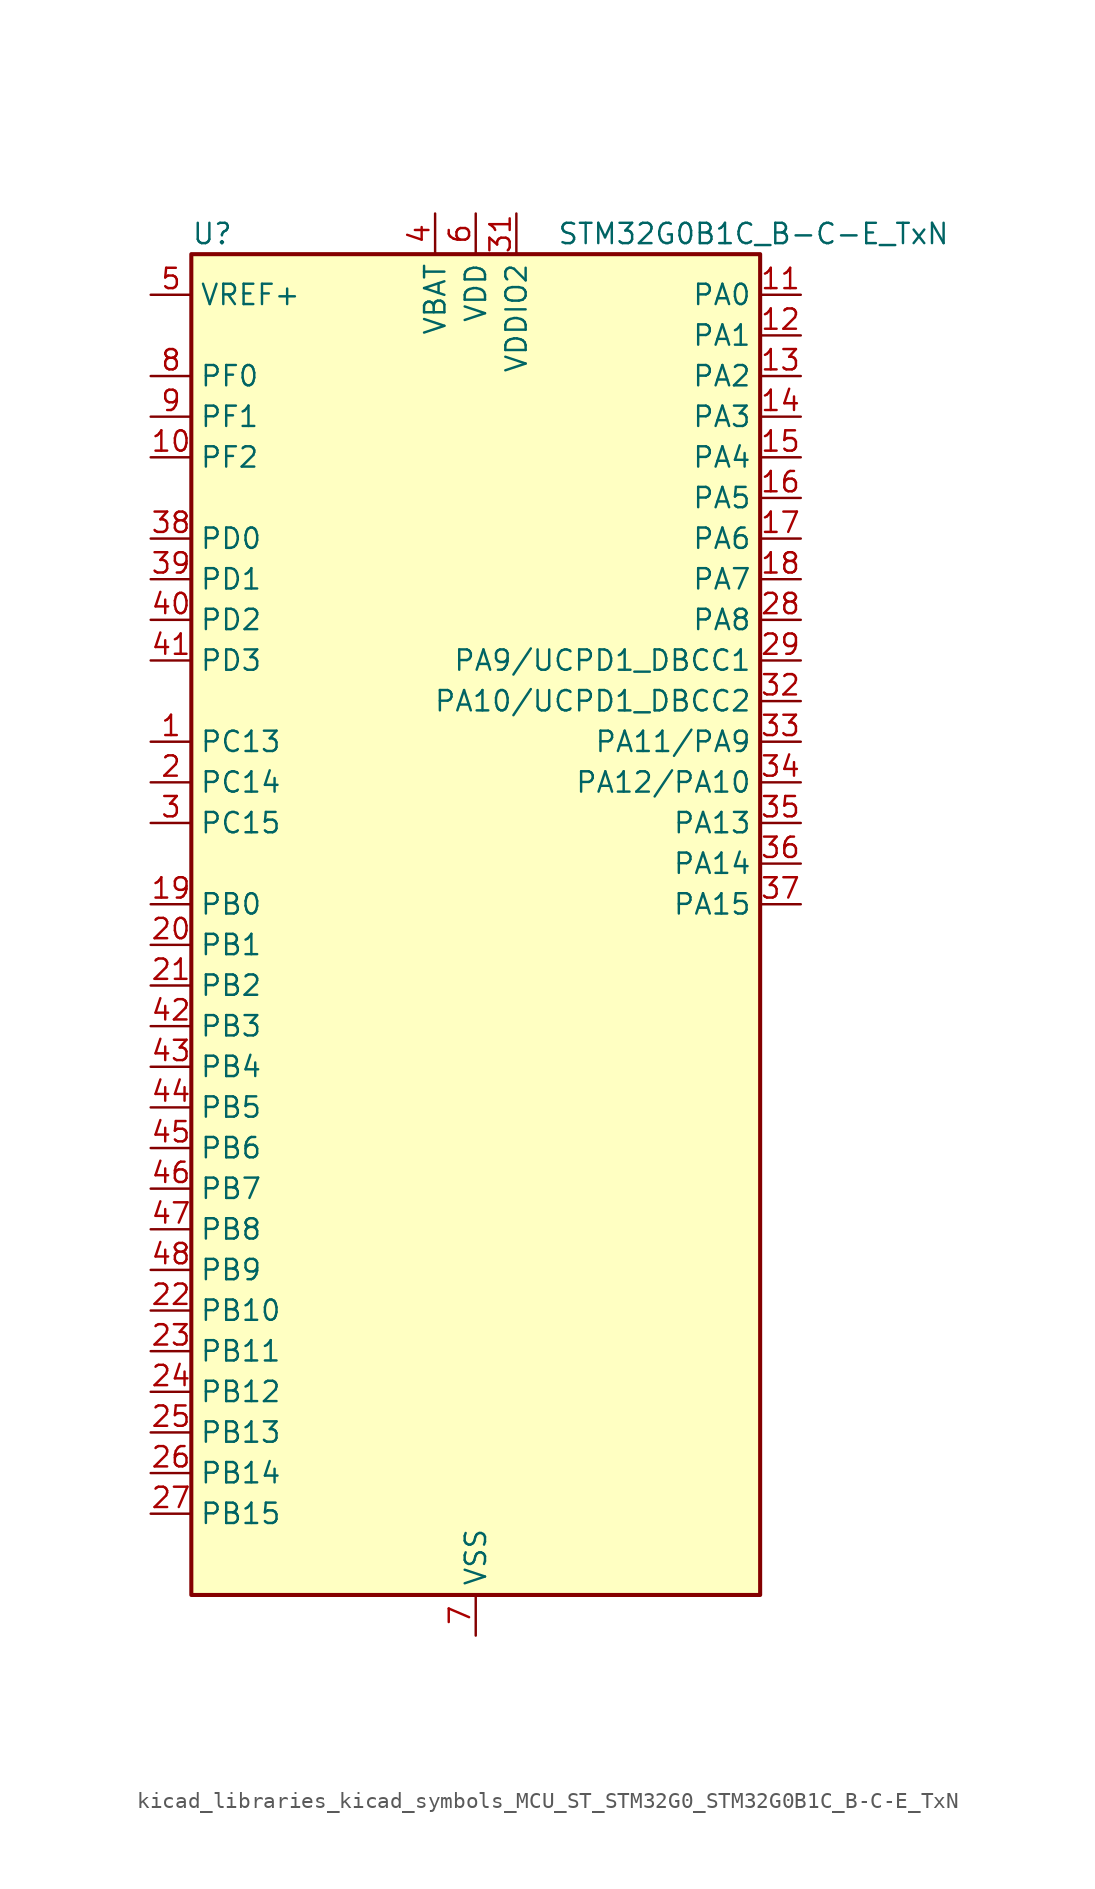
<source format=kicad_sym>
(kicad_symbol_lib
  (version 20220914)
  (generator kicad_symbol_editor)
  (symbol "kicad_libraries_kicad_symbols_MCU_ST_STM32G0_STM32G0B1C_B-C-E_TxN"
    (property "Reference" "U"
      (at -17.78 44.45 0)
      (effects (font (size 1.27 1.27)) (justify left)))
    (property "Value" "STM32G0B1C_B-C-E_TxN"
      (at 5.08 44.45 0)
      (effects (font (size 1.27 1.27)) (justify left)))
    (property "ki_locked" ""
      (at 0 0 0)
      (effects (font (size 1.27 1.27))))
    (symbol "kicad_libraries_kicad_symbols_MCU_ST_STM32G0_STM32G0B1C_B-C-E_TxN_0_1"
      (rectangle (start -17.78 -40.64) (end 17.78 43.18) (stroke (width 0.254) (type default)) (fill (type background))))
    (symbol "kicad_libraries_kicad_symbols_MCU_ST_STM32G0_STM32G0B1C_B-C-E_TxN_1_1"
      (pin bidirectional line (at -20.32 12.7 0) (length 2.54) (name "PC13" (effects (font (size 1.27 1.27)))) (number "1" (effects (font (size 1.27 1.27)))) (alternate "RTC_OUT1" bidirectional line) (alternate "RTC_TAMP_IN1" bidirectional line) (alternate "RTC_TS" bidirectional line) (alternate "SYS_WKUP2" bidirectional line) (alternate "TIM1_BK" bidirectional line))
      (pin bidirectional line (at -20.32 30.48 0) (length 2.54) (name "PF2" (effects (font (size 1.27 1.27)))) (number "10" (effects (font (size 1.27 1.27)))) (alternate "LPUART2_DE" bidirectional line) (alternate "LPUART2_RTS" bidirectional line) (alternate "LPUART2_TX" bidirectional line) (alternate "RCC_MCO" bidirectional line))
      (pin bidirectional line (at 20.32 40.64 180) (length 2.54) (name "PA0" (effects (font (size 1.27 1.27)))) (number "11" (effects (font (size 1.27 1.27)))) (alternate "ADC1_IN0" bidirectional line) (alternate "COMP1_INM" bidirectional line) (alternate "COMP1_OUT" bidirectional line) (alternate "I2S2_CK" bidirectional line) (alternate "LPTIM1_OUT" bidirectional line) (alternate "RTC_TAMP_IN2" bidirectional line) (alternate "SPI2_SCK" bidirectional line) (alternate "SYS_WKUP1" bidirectional line) (alternate "TIM2_CH1" bidirectional line) (alternate "TIM2_ETR" bidirectional line) (alternate "UCPD2_FRSTX1" bidirectional line) (alternate "UCPD2_FRSTX2" bidirectional line) (alternate "USART2_CTS" bidirectional line) (alternate "USART2_NSS" bidirectional line) (alternate "USART4_TX" bidirectional line))
      (pin bidirectional line (at 20.32 38.1 180) (length 2.54) (name "PA1" (effects (font (size 1.27 1.27)))) (number "12" (effects (font (size 1.27 1.27)))) (alternate "ADC1_IN1" bidirectional line) (alternate "COMP1_INP" bidirectional line) (alternate "I2C1_SMBA" bidirectional line) (alternate "I2S1_CK" bidirectional line) (alternate "SPI1_SCK" bidirectional line) (alternate "TIM15_CH1N" bidirectional line) (alternate "TIM2_CH2" bidirectional line) (alternate "USART2_CK" bidirectional line) (alternate "USART2_DE" bidirectional line) (alternate "USART2_RTS" bidirectional line) (alternate "USART4_RX" bidirectional line))
      (pin bidirectional line (at 20.32 35.56 180) (length 2.54) (name "PA2" (effects (font (size 1.27 1.27)))) (number "13" (effects (font (size 1.27 1.27)))) (alternate "ADC1_IN2" bidirectional line) (alternate "COMP2_INM" bidirectional line) (alternate "COMP2_OUT" bidirectional line) (alternate "I2S1_SD" bidirectional line) (alternate "LPUART1_TX" bidirectional line) (alternate "RCC_LSCO" bidirectional line) (alternate "SPI1_MOSI" bidirectional line) (alternate "SYS_WKUP4" bidirectional line) (alternate "TIM15_CH1" bidirectional line) (alternate "TIM2_CH3" bidirectional line) (alternate "UCPD1_FRSTX1" bidirectional line) (alternate "UCPD1_FRSTX2" bidirectional line) (alternate "USART2_TX" bidirectional line))
      (pin bidirectional line (at 20.32 33.02 180) (length 2.54) (name "PA3" (effects (font (size 1.27 1.27)))) (number "14" (effects (font (size 1.27 1.27)))) (alternate "ADC1_IN3" bidirectional line) (alternate "COMP2_INP" bidirectional line) (alternate "I2S2_MCK" bidirectional line) (alternate "LPUART1_RX" bidirectional line) (alternate "SPI2_MISO" bidirectional line) (alternate "TIM15_CH2" bidirectional line) (alternate "TIM2_CH4" bidirectional line) (alternate "UCPD2_FRSTX1" bidirectional line) (alternate "UCPD2_FRSTX2" bidirectional line) (alternate "USART2_RX" bidirectional line))
      (pin bidirectional line (at 20.32 30.48 180) (length 2.54) (name "PA4" (effects (font (size 1.27 1.27)))) (number "15" (effects (font (size 1.27 1.27)))) (alternate "ADC1_IN4" bidirectional line) (alternate "DAC1_OUT1" bidirectional line) (alternate "I2S1_WS" bidirectional line) (alternate "I2S2_SD" bidirectional line) (alternate "LPTIM2_OUT" bidirectional line) (alternate "RTC_OUT2" bidirectional line) (alternate "SPI1_NSS" bidirectional line) (alternate "SPI2_MOSI" bidirectional line) (alternate "SPI3_NSS" bidirectional line) (alternate "TIM14_CH1" bidirectional line) (alternate "UCPD2_FRSTX1" bidirectional line) (alternate "UCPD2_FRSTX2" bidirectional line) (alternate "USART6_TX" bidirectional line) (alternate "USB_NOE" bidirectional line))
      (pin bidirectional line (at 20.32 27.94 180) (length 2.54) (name "PA5" (effects (font (size 1.27 1.27)))) (number "16" (effects (font (size 1.27 1.27)))) (alternate "ADC1_IN5" bidirectional line) (alternate "CEC" bidirectional line) (alternate "DAC1_OUT2" bidirectional line) (alternate "I2S1_CK" bidirectional line) (alternate "LPTIM2_ETR" bidirectional line) (alternate "SPI1_SCK" bidirectional line) (alternate "TIM2_CH1" bidirectional line) (alternate "TIM2_ETR" bidirectional line) (alternate "UCPD1_FRSTX1" bidirectional line) (alternate "UCPD1_FRSTX2" bidirectional line) (alternate "USART3_TX" bidirectional line) (alternate "USART6_RX" bidirectional line))
      (pin bidirectional line (at 20.32 25.4 180) (length 2.54) (name "PA6" (effects (font (size 1.27 1.27)))) (number "17" (effects (font (size 1.27 1.27)))) (alternate "ADC1_IN6" bidirectional line) (alternate "COMP1_OUT" bidirectional line) (alternate "I2C2_SDA" bidirectional line) (alternate "I2C3_SDA" bidirectional line) (alternate "I2S1_MCK" bidirectional line) (alternate "LPUART1_CTS" bidirectional line) (alternate "SPI1_MISO" bidirectional line) (alternate "TIM16_CH1" bidirectional line) (alternate "TIM1_BK" bidirectional line) (alternate "TIM3_CH1" bidirectional line) (alternate "USART3_CTS" bidirectional line) (alternate "USART3_NSS" bidirectional line) (alternate "USART6_CTS" bidirectional line) (alternate "USART6_NSS" bidirectional line))
      (pin bidirectional line (at 20.32 22.86 180) (length 2.54) (name "PA7" (effects (font (size 1.27 1.27)))) (number "18" (effects (font (size 1.27 1.27)))) (alternate "ADC1_IN7" bidirectional line) (alternate "COMP2_OUT" bidirectional line) (alternate "I2C2_SCL" bidirectional line) (alternate "I2C3_SCL" bidirectional line) (alternate "I2S1_SD" bidirectional line) (alternate "SPI1_MOSI" bidirectional line) (alternate "TIM14_CH1" bidirectional line) (alternate "TIM17_CH1" bidirectional line) (alternate "TIM1_CH1N" bidirectional line) (alternate "TIM3_CH2" bidirectional line) (alternate "UCPD1_FRSTX1" bidirectional line) (alternate "UCPD1_FRSTX2" bidirectional line) (alternate "USART6_CK" bidirectional line) (alternate "USART6_DE" bidirectional line) (alternate "USART6_RTS" bidirectional line))
      (pin bidirectional line (at -20.32 2.54 0) (length 2.54) (name "PB0" (effects (font (size 1.27 1.27)))) (number "19" (effects (font (size 1.27 1.27)))) (alternate "ADC1_IN8" bidirectional line) (alternate "COMP1_OUT" bidirectional line) (alternate "COMP3_INP" bidirectional line) (alternate "FDCAN2_RX" bidirectional line) (alternate "I2S1_WS" bidirectional line) (alternate "LPTIM1_OUT" bidirectional line) (alternate "LPUART2_CTS" bidirectional line) (alternate "SPI1_NSS" bidirectional line) (alternate "TIM1_CH2N" bidirectional line) (alternate "TIM3_CH3" bidirectional line) (alternate "UCPD1_FRSTX1" bidirectional line) (alternate "UCPD1_FRSTX2" bidirectional line) (alternate "USART3_RX" bidirectional line) (alternate "USART5_TX" bidirectional line))
      (pin bidirectional line (at -20.32 10.16 0) (length 2.54) (name "PC14" (effects (font (size 1.27 1.27)))) (number "2" (effects (font (size 1.27 1.27)))) (alternate "RCC_OSC32_IN" bidirectional line) (alternate "TIM1_BK2" bidirectional line))
      (pin bidirectional line (at -20.32 0 0) (length 2.54) (name "PB1" (effects (font (size 1.27 1.27)))) (number "20" (effects (font (size 1.27 1.27)))) (alternate "ADC1_IN9" bidirectional line) (alternate "COMP1_INM" bidirectional line) (alternate "COMP3_OUT" bidirectional line) (alternate "FDCAN2_TX" bidirectional line) (alternate "LPTIM2_IN1" bidirectional line) (alternate "LPUART1_DE" bidirectional line) (alternate "LPUART1_RTS" bidirectional line) (alternate "LPUART2_DE" bidirectional line) (alternate "LPUART2_RTS" bidirectional line) (alternate "TIM14_CH1" bidirectional line) (alternate "TIM1_CH3N" bidirectional line) (alternate "TIM3_CH4" bidirectional line) (alternate "USART3_CK" bidirectional line) (alternate "USART3_DE" bidirectional line) (alternate "USART3_RTS" bidirectional line) (alternate "USART5_RX" bidirectional line))
      (pin bidirectional line (at -20.32 -2.54 0) (length 2.54) (name "PB2" (effects (font (size 1.27 1.27)))) (number "21" (effects (font (size 1.27 1.27)))) (alternate "ADC1_IN10" bidirectional line) (alternate "COMP1_INP" bidirectional line) (alternate "COMP3_INM" bidirectional line) (alternate "I2S2_MCK" bidirectional line) (alternate "LPTIM1_OUT" bidirectional line) (alternate "RCC_MCO_2" bidirectional line) (alternate "SPI2_MISO" bidirectional line) (alternate "USART3_TX" bidirectional line))
      (pin bidirectional line (at -20.32 -22.86 0) (length 2.54) (name "PB10" (effects (font (size 1.27 1.27)))) (number "22" (effects (font (size 1.27 1.27)))) (alternate "ADC1_IN11" bidirectional line) (alternate "CEC" bidirectional line) (alternate "COMP1_OUT" bidirectional line) (alternate "I2C2_SCL" bidirectional line) (alternate "I2S2_CK" bidirectional line) (alternate "LPUART1_RX" bidirectional line) (alternate "SPI2_SCK" bidirectional line) (alternate "TIM2_CH3" bidirectional line) (alternate "USART3_TX" bidirectional line))
      (pin bidirectional line (at -20.32 -25.4 0) (length 2.54) (name "PB11" (effects (font (size 1.27 1.27)))) (number "23" (effects (font (size 1.27 1.27)))) (alternate "ADC1_EXTI11" bidirectional line) (alternate "ADC1_IN15" bidirectional line) (alternate "COMP2_OUT" bidirectional line) (alternate "I2C2_SDA" bidirectional line) (alternate "I2S2_SD" bidirectional line) (alternate "LPUART1_TX" bidirectional line) (alternate "SPI2_MOSI" bidirectional line) (alternate "TIM2_CH4" bidirectional line) (alternate "USART3_RX" bidirectional line))
      (pin bidirectional line (at -20.32 -27.94 0) (length 2.54) (name "PB12" (effects (font (size 1.27 1.27)))) (number "24" (effects (font (size 1.27 1.27)))) (alternate "ADC1_IN16" bidirectional line) (alternate "FDCAN2_RX" bidirectional line) (alternate "I2C2_SMBA" bidirectional line) (alternate "I2S2_WS" bidirectional line) (alternate "LPUART1_DE" bidirectional line) (alternate "LPUART1_RTS" bidirectional line) (alternate "SPI2_NSS" bidirectional line) (alternate "TIM15_BK" bidirectional line) (alternate "TIM1_BK" bidirectional line) (alternate "UCPD2_FRSTX1" bidirectional line) (alternate "UCPD2_FRSTX2" bidirectional line))
      (pin bidirectional line (at -20.32 -30.48 0) (length 2.54) (name "PB13" (effects (font (size 1.27 1.27)))) (number "25" (effects (font (size 1.27 1.27)))) (alternate "FDCAN2_TX" bidirectional line) (alternate "I2C2_SCL" bidirectional line) (alternate "I2S2_CK" bidirectional line) (alternate "LPUART1_CTS" bidirectional line) (alternate "SPI2_SCK" bidirectional line) (alternate "TIM15_CH1N" bidirectional line) (alternate "TIM1_CH1N" bidirectional line) (alternate "USART3_CTS" bidirectional line) (alternate "USART3_NSS" bidirectional line))
      (pin bidirectional line (at -20.32 -33.02 0) (length 2.54) (name "PB14" (effects (font (size 1.27 1.27)))) (number "26" (effects (font (size 1.27 1.27)))) (alternate "I2C2_SDA" bidirectional line) (alternate "I2S2_MCK" bidirectional line) (alternate "SPI2_MISO" bidirectional line) (alternate "TIM15_CH1" bidirectional line) (alternate "TIM1_CH2N" bidirectional line) (alternate "UCPD1_FRSTX1" bidirectional line) (alternate "UCPD1_FRSTX2" bidirectional line) (alternate "USART3_CK" bidirectional line) (alternate "USART3_DE" bidirectional line) (alternate "USART3_RTS" bidirectional line) (alternate "USART6_CK" bidirectional line) (alternate "USART6_DE" bidirectional line) (alternate "USART6_RTS" bidirectional line))
      (pin bidirectional line (at -20.32 -35.56 0) (length 2.54) (name "PB15" (effects (font (size 1.27 1.27)))) (number "27" (effects (font (size 1.27 1.27)))) (alternate "I2S2_SD" bidirectional line) (alternate "RTC_REFIN" bidirectional line) (alternate "SPI2_MOSI" bidirectional line) (alternate "TIM15_CH1N" bidirectional line) (alternate "TIM15_CH2" bidirectional line) (alternate "TIM1_CH3N" bidirectional line) (alternate "UCPD1_CC2" bidirectional line) (alternate "USART6_CTS" bidirectional line) (alternate "USART6_NSS" bidirectional line))
      (pin bidirectional line (at 20.32 20.32 180) (length 2.54) (name "PA8" (effects (font (size 1.27 1.27)))) (number "28" (effects (font (size 1.27 1.27)))) (alternate "CRS1_SYNC" bidirectional line) (alternate "I2C2_SMBA" bidirectional line) (alternate "I2S2_WS" bidirectional line) (alternate "LPTIM2_OUT" bidirectional line) (alternate "RCC_MCO" bidirectional line) (alternate "SPI2_NSS" bidirectional line) (alternate "TIM1_CH1" bidirectional line) (alternate "UCPD1_CC1" bidirectional line))
      (pin bidirectional line (at 20.32 17.78 180) (length 2.54) (name "PA9/UCPD1_DBCC1" (effects (font (size 1.27 1.27)))) (number "29" (effects (font (size 1.27 1.27)))) (alternate "DAC1_EXTI9" bidirectional line) (alternate "I2C1_SCL" bidirectional line) (alternate "I2C2_SCL" bidirectional line) (alternate "I2S2_MCK" bidirectional line) (alternate "RCC_MCO" bidirectional line) (alternate "SPI2_MISO" bidirectional line) (alternate "TIM15_BK" bidirectional line) (alternate "TIM1_CH2" bidirectional line) (alternate "UCPD1_DBCC1" bidirectional line) (alternate "USART1_TX" bidirectional line))
      (pin bidirectional line (at -20.32 7.62 0) (length 2.54) (name "PC15" (effects (font (size 1.27 1.27)))) (number "3" (effects (font (size 1.27 1.27)))) (alternate "RCC_OSC32_EN" bidirectional line) (alternate "RCC_OSC32_OUT" bidirectional line) (alternate "RCC_OSC_EN" bidirectional line) (alternate "TIM15_BK" bidirectional line))
      (pin passive line (at 0 -43.18 90) (length 2.54) hide (name "VSS" (effects (font (size 1.27 1.27)))) (number "30" (effects (font (size 1.27 1.27)))))
      (pin power_in line (at 2.54 45.72 270) (length 2.54) (name "VDDIO2" (effects (font (size 1.27 1.27)))) (number "31" (effects (font (size 1.27 1.27)))))
      (pin bidirectional line (at 20.32 15.24 180) (length 2.54) (name "PA10/UCPD1_DBCC2" (effects (font (size 1.27 1.27)))) (number "32" (effects (font (size 1.27 1.27)))) (alternate "I2C1_SDA" bidirectional line) (alternate "I2C2_SDA" bidirectional line) (alternate "I2S2_SD" bidirectional line) (alternate "RCC_MCO_2" bidirectional line) (alternate "SPI2_MOSI" bidirectional line) (alternate "TIM17_BK" bidirectional line) (alternate "TIM1_CH3" bidirectional line) (alternate "UCPD1_DBCC2" bidirectional line) (alternate "USART1_RX" bidirectional line))
      (pin bidirectional line (at 20.32 12.7 180) (length 2.54) (name "PA11/PA9" (effects (font (size 1.27 1.27)))) (number "33" (effects (font (size 1.27 1.27)))) (alternate "ADC1_EXTI11" bidirectional line) (alternate "COMP1_OUT" bidirectional line) (alternate "FDCAN1_RX" bidirectional line) (alternate "I2C2_SCL" bidirectional line) (alternate "I2S1_MCK" bidirectional line) (alternate "SPI1_MISO" bidirectional line) (alternate "TIM1_BK2" bidirectional line) (alternate "TIM1_CH4" bidirectional line) (alternate "USART1_CTS" bidirectional line) (alternate "USART1_NSS" bidirectional line) (alternate "USB_DM" bidirectional line))
      (pin bidirectional line (at 20.32 10.16 180) (length 2.54) (name "PA12/PA10" (effects (font (size 1.27 1.27)))) (number "34" (effects (font (size 1.27 1.27)))) (alternate "COMP2_OUT" bidirectional line) (alternate "FDCAN1_TX" bidirectional line) (alternate "I2C2_SDA" bidirectional line) (alternate "I2S1_SD" bidirectional line) (alternate "I2S_CKIN" bidirectional line) (alternate "SPI1_MOSI" bidirectional line) (alternate "TIM1_ETR" bidirectional line) (alternate "USART1_CK" bidirectional line) (alternate "USART1_DE" bidirectional line) (alternate "USART1_RTS" bidirectional line) (alternate "USB_DP" bidirectional line))
      (pin bidirectional line (at 20.32 7.62 180) (length 2.54) (name "PA13" (effects (font (size 1.27 1.27)))) (number "35" (effects (font (size 1.27 1.27)))) (alternate "IR_OUT" bidirectional line) (alternate "LPUART2_RX" bidirectional line) (alternate "SYS_SWDIO" bidirectional line) (alternate "USB_NOE" bidirectional line))
      (pin bidirectional line (at 20.32 5.08 180) (length 2.54) (name "PA14" (effects (font (size 1.27 1.27)))) (number "36" (effects (font (size 1.27 1.27)))) (alternate "LPUART2_TX" bidirectional line) (alternate "SYS_SWCLK" bidirectional line) (alternate "USART2_TX" bidirectional line))
      (pin bidirectional line (at 20.32 2.54 180) (length 2.54) (name "PA15" (effects (font (size 1.27 1.27)))) (number "37" (effects (font (size 1.27 1.27)))) (alternate "I2C2_SMBA" bidirectional line) (alternate "I2S1_WS" bidirectional line) (alternate "RCC_MCO_2" bidirectional line) (alternate "SPI1_NSS" bidirectional line) (alternate "SPI3_NSS" bidirectional line) (alternate "TIM2_CH1" bidirectional line) (alternate "TIM2_ETR" bidirectional line) (alternate "USART2_RX" bidirectional line) (alternate "USART3_CK" bidirectional line) (alternate "USART3_DE" bidirectional line) (alternate "USART3_RTS" bidirectional line) (alternate "USART4_CK" bidirectional line) (alternate "USART4_DE" bidirectional line) (alternate "USART4_RTS" bidirectional line) (alternate "USB_NOE" bidirectional line))
      (pin bidirectional line (at -20.32 25.4 0) (length 2.54) (name "PD0" (effects (font (size 1.27 1.27)))) (number "38" (effects (font (size 1.27 1.27)))) (alternate "FDCAN1_RX" bidirectional line) (alternate "I2S2_WS" bidirectional line) (alternate "SPI2_NSS" bidirectional line) (alternate "TIM16_CH1" bidirectional line) (alternate "UCPD2_CC1" bidirectional line))
      (pin bidirectional line (at -20.32 22.86 0) (length 2.54) (name "PD1" (effects (font (size 1.27 1.27)))) (number "39" (effects (font (size 1.27 1.27)))) (alternate "FDCAN1_TX" bidirectional line) (alternate "I2S2_CK" bidirectional line) (alternate "SPI2_SCK" bidirectional line) (alternate "TIM17_CH1" bidirectional line) (alternate "UCPD2_DBCC1" bidirectional line))
      (pin power_in line (at -2.54 45.72 270) (length 2.54) (name "VBAT" (effects (font (size 1.27 1.27)))) (number "4" (effects (font (size 1.27 1.27)))))
      (pin bidirectional line (at -20.32 20.32 0) (length 2.54) (name "PD2" (effects (font (size 1.27 1.27)))) (number "40" (effects (font (size 1.27 1.27)))) (alternate "TIM1_CH1N" bidirectional line) (alternate "TIM3_ETR" bidirectional line) (alternate "UCPD2_CC2" bidirectional line) (alternate "USART3_CK" bidirectional line) (alternate "USART3_DE" bidirectional line) (alternate "USART3_RTS" bidirectional line) (alternate "USART5_RX" bidirectional line))
      (pin bidirectional line (at -20.32 17.78 0) (length 2.54) (name "PD3" (effects (font (size 1.27 1.27)))) (number "41" (effects (font (size 1.27 1.27)))) (alternate "I2S2_MCK" bidirectional line) (alternate "SPI2_MISO" bidirectional line) (alternate "TIM1_CH2N" bidirectional line) (alternate "UCPD2_DBCC2" bidirectional line) (alternate "USART2_CTS" bidirectional line) (alternate "USART2_NSS" bidirectional line) (alternate "USART5_TX" bidirectional line))
      (pin bidirectional line (at -20.32 -5.08 0) (length 2.54) (name "PB3" (effects (font (size 1.27 1.27)))) (number "42" (effects (font (size 1.27 1.27)))) (alternate "COMP2_INM" bidirectional line) (alternate "I2C2_SCL" bidirectional line) (alternate "I2C3_SCL" bidirectional line) (alternate "I2S1_CK" bidirectional line) (alternate "SPI1_SCK" bidirectional line) (alternate "SPI3_SCK" bidirectional line) (alternate "TIM1_CH2" bidirectional line) (alternate "TIM2_CH2" bidirectional line) (alternate "USART1_CK" bidirectional line) (alternate "USART1_DE" bidirectional line) (alternate "USART1_RTS" bidirectional line) (alternate "USART5_TX" bidirectional line))
      (pin bidirectional line (at -20.32 -7.62 0) (length 2.54) (name "PB4" (effects (font (size 1.27 1.27)))) (number "43" (effects (font (size 1.27 1.27)))) (alternate "COMP2_INP" bidirectional line) (alternate "I2C2_SDA" bidirectional line) (alternate "I2C3_SDA" bidirectional line) (alternate "I2S1_MCK" bidirectional line) (alternate "SPI1_MISO" bidirectional line) (alternate "SPI3_MISO" bidirectional line) (alternate "TIM17_BK" bidirectional line) (alternate "TIM3_CH1" bidirectional line) (alternate "USART1_CTS" bidirectional line) (alternate "USART1_NSS" bidirectional line) (alternate "USART5_RX" bidirectional line))
      (pin bidirectional line (at -20.32 -10.16 0) (length 2.54) (name "PB5" (effects (font (size 1.27 1.27)))) (number "44" (effects (font (size 1.27 1.27)))) (alternate "COMP2_OUT" bidirectional line) (alternate "FDCAN2_RX" bidirectional line) (alternate "I2C1_SMBA" bidirectional line) (alternate "I2S1_SD" bidirectional line) (alternate "LPTIM1_IN1" bidirectional line) (alternate "SPI1_MOSI" bidirectional line) (alternate "SPI3_MOSI" bidirectional line) (alternate "SYS_WKUP6" bidirectional line) (alternate "TIM16_BK" bidirectional line) (alternate "TIM3_CH2" bidirectional line) (alternate "USART5_CK" bidirectional line) (alternate "USART5_DE" bidirectional line) (alternate "USART5_RTS" bidirectional line))
      (pin bidirectional line (at -20.32 -12.7 0) (length 2.54) (name "PB6" (effects (font (size 1.27 1.27)))) (number "45" (effects (font (size 1.27 1.27)))) (alternate "COMP2_INP" bidirectional line) (alternate "FDCAN2_TX" bidirectional line) (alternate "I2C1_SCL" bidirectional line) (alternate "I2S2_MCK" bidirectional line) (alternate "LPTIM1_ETR" bidirectional line) (alternate "LPUART2_TX" bidirectional line) (alternate "SPI2_MISO" bidirectional line) (alternate "TIM16_CH1N" bidirectional line) (alternate "TIM1_CH3" bidirectional line) (alternate "TIM4_CH1" bidirectional line) (alternate "USART1_TX" bidirectional line) (alternate "USART5_CTS" bidirectional line) (alternate "USART5_NSS" bidirectional line))
      (pin bidirectional line (at -20.32 -15.24 0) (length 2.54) (name "PB7" (effects (font (size 1.27 1.27)))) (number "46" (effects (font (size 1.27 1.27)))) (alternate "COMP2_INM" bidirectional line) (alternate "I2C1_SDA" bidirectional line) (alternate "I2S2_SD" bidirectional line) (alternate "LPTIM1_IN2" bidirectional line) (alternate "LPUART2_RX" bidirectional line) (alternate "SPI2_MOSI" bidirectional line) (alternate "SYS_PVD_IN" bidirectional line) (alternate "TIM17_CH1N" bidirectional line) (alternate "TIM4_CH2" bidirectional line) (alternate "USART1_RX" bidirectional line) (alternate "USART4_CTS" bidirectional line) (alternate "USART4_NSS" bidirectional line))
      (pin bidirectional line (at -20.32 -17.78 0) (length 2.54) (name "PB8" (effects (font (size 1.27 1.27)))) (number "47" (effects (font (size 1.27 1.27)))) (alternate "CEC" bidirectional line) (alternate "FDCAN1_RX" bidirectional line) (alternate "I2C1_SCL" bidirectional line) (alternate "I2S2_CK" bidirectional line) (alternate "SPI2_SCK" bidirectional line) (alternate "TIM15_BK" bidirectional line) (alternate "TIM16_CH1" bidirectional line) (alternate "TIM4_CH3" bidirectional line) (alternate "USART3_TX" bidirectional line) (alternate "USART6_TX" bidirectional line))
      (pin bidirectional line (at -20.32 -20.32 0) (length 2.54) (name "PB9" (effects (font (size 1.27 1.27)))) (number "48" (effects (font (size 1.27 1.27)))) (alternate "DAC1_EXTI9" bidirectional line) (alternate "FDCAN1_TX" bidirectional line) (alternate "I2C1_SDA" bidirectional line) (alternate "I2S2_WS" bidirectional line) (alternate "IR_OUT" bidirectional line) (alternate "SPI2_NSS" bidirectional line) (alternate "TIM17_CH1" bidirectional line) (alternate "TIM4_CH4" bidirectional line) (alternate "UCPD2_FRSTX1" bidirectional line) (alternate "UCPD2_FRSTX2" bidirectional line) (alternate "USART3_RX" bidirectional line) (alternate "USART6_RX" bidirectional line))
      (pin input line (at -20.32 40.64 0) (length 2.54) (name "VREF+" (effects (font (size 1.27 1.27)))) (number "5" (effects (font (size 1.27 1.27)))) (alternate "VREFBUF_OUT" bidirectional line))
      (pin power_in line (at 0 45.72 270) (length 2.54) (name "VDD" (effects (font (size 1.27 1.27)))) (number "6" (effects (font (size 1.27 1.27)))))
      (pin power_in line (at 0 -43.18 90) (length 2.54) (name "VSS" (effects (font (size 1.27 1.27)))) (number "7" (effects (font (size 1.27 1.27)))))
      (pin bidirectional line (at -20.32 35.56 0) (length 2.54) (name "PF0" (effects (font (size 1.27 1.27)))) (number "8" (effects (font (size 1.27 1.27)))) (alternate "CRS1_SYNC" bidirectional line) (alternate "RCC_OSC_IN" bidirectional line) (alternate "TIM14_CH1" bidirectional line))
      (pin bidirectional line (at -20.32 33.02 0) (length 2.54) (name "PF1" (effects (font (size 1.27 1.27)))) (number "9" (effects (font (size 1.27 1.27)))) (alternate "RCC_OSC_EN" bidirectional line) (alternate "RCC_OSC_OUT" bidirectional line) (alternate "TIM15_CH1N" bidirectional line)))))
</source>
